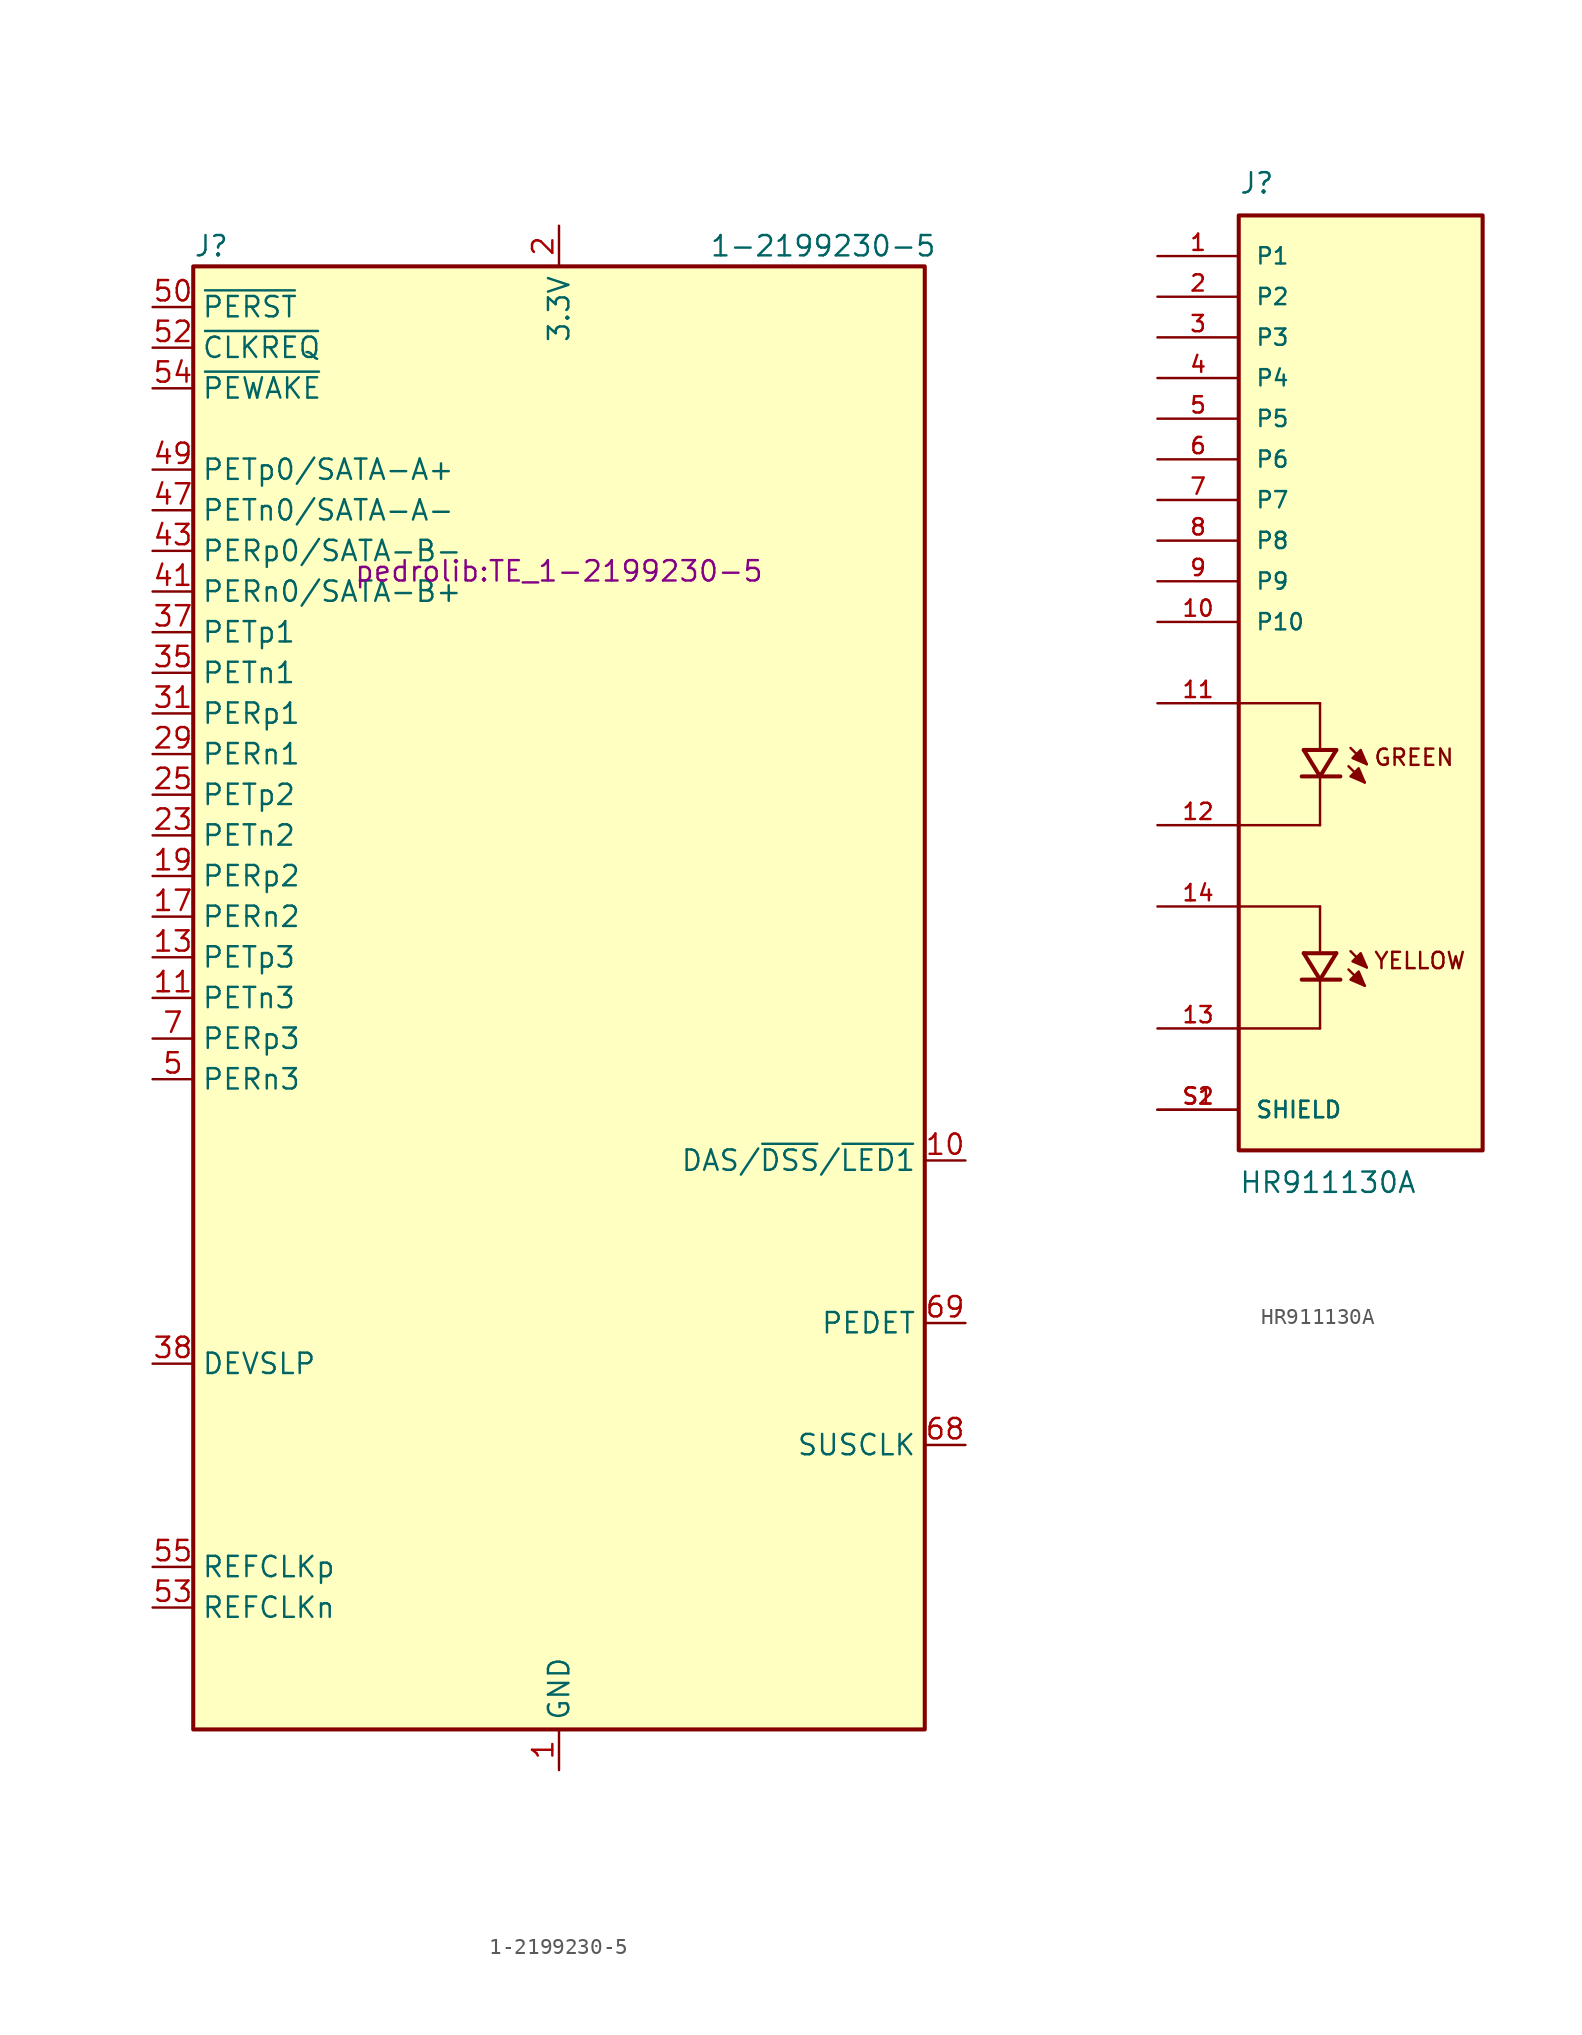
<source format=kicad_sym>
(kicad_symbol_lib
  (version 20231120)
  (generator "kicad_symbol_editor")
  (generator_version "8.0")
  (symbol "1-2199230-5"
    (property "Reference" "J"
      (at -22.86 46.99 0)
      (effects (font (size 1.27 1.27)) (justify left)))
    (property "Value" "1-2199230-5"
      (at 16.51 46.99 0)
      (effects (font (size 1.27 1.27))))
    (property "Footprint" "pedrolib:TE_1-2199230-5"
      (at 0 26.67 0)
      (effects (font (size 1.27 1.27))))
    (symbol "1-2199230-5_0_1"
      (rectangle (start -22.86 45.72) (end 22.86 -45.72) (stroke (width 0.254) (type default)) (fill (type background))))
    (symbol "1-2199230-5_1_1"
      (pin power_in line (at 0 -48.26 90) (length 2.54) (name "GND" (effects (font (size 1.27 1.27)))) (number "1" (effects (font (size 1.27 1.27)))))
      (pin bidirectional line (at 25.4 -10.16 180) (length 2.54) (name "DAS/~{DSS}/~{LED1}" (effects (font (size 1.27 1.27)))) (number "10" (effects (font (size 1.27 1.27)))))
      (pin output line (at -25.4 0 0) (length 2.54) (name "PETn3" (effects (font (size 1.27 1.27)))) (number "11" (effects (font (size 1.27 1.27)))))
      (pin passive line (at 0 48.26 270) (length 2.54) hide (name "3.3V" (effects (font (size 1.27 1.27)))) (number "12" (effects (font (size 1.27 1.27)))))
      (pin output line (at -25.4 2.54 0) (length 2.54) (name "PETp3" (effects (font (size 1.27 1.27)))) (number "13" (effects (font (size 1.27 1.27)))))
      (pin passive line (at 0 48.26 270) (length 2.54) hide (name "3.3V" (effects (font (size 1.27 1.27)))) (number "14" (effects (font (size 1.27 1.27)))))
      (pin passive line (at 0 -48.26 90) (length 2.54) hide (name "GND" (effects (font (size 1.27 1.27)))) (number "15" (effects (font (size 1.27 1.27)))))
      (pin passive line (at 0 48.26 270) (length 2.54) hide (name "3.3V" (effects (font (size 1.27 1.27)))) (number "16" (effects (font (size 1.27 1.27)))))
      (pin input line (at -25.4 5.08 0) (length 2.54) (name "PERn2" (effects (font (size 1.27 1.27)))) (number "17" (effects (font (size 1.27 1.27)))))
      (pin passive line (at 0 48.26 270) (length 2.54) hide (name "3.3V" (effects (font (size 1.27 1.27)))) (number "18" (effects (font (size 1.27 1.27)))))
      (pin input line (at -25.4 7.62 0) (length 2.54) (name "PERp2" (effects (font (size 1.27 1.27)))) (number "19" (effects (font (size 1.27 1.27)))))
      (pin power_in line (at 0 48.26 270) (length 2.54) (name "3.3V" (effects (font (size 1.27 1.27)))) (number "2" (effects (font (size 1.27 1.27)))))
      (pin no_connect line (at 22.86 2.54 180) (length 2.54) hide (name "NC" (effects (font (size 1.27 1.27)))) (number "20" (effects (font (size 1.27 1.27)))))
      (pin passive line (at 0 -48.26 90) (length 2.54) hide (name "GND" (effects (font (size 1.27 1.27)))) (number "21" (effects (font (size 1.27 1.27)))))
      (pin no_connect line (at 22.86 5.08 180) (length 2.54) hide (name "NC" (effects (font (size 1.27 1.27)))) (number "22" (effects (font (size 1.27 1.27)))))
      (pin output line (at -25.4 10.16 0) (length 2.54) (name "PETn2" (effects (font (size 1.27 1.27)))) (number "23" (effects (font (size 1.27 1.27)))))
      (pin no_connect line (at 22.86 7.62 180) (length 2.54) hide (name "NC" (effects (font (size 1.27 1.27)))) (number "24" (effects (font (size 1.27 1.27)))))
      (pin output line (at -25.4 12.7 0) (length 2.54) (name "PETp2" (effects (font (size 1.27 1.27)))) (number "25" (effects (font (size 1.27 1.27)))))
      (pin no_connect line (at 22.86 10.16 180) (length 2.54) hide (name "NC" (effects (font (size 1.27 1.27)))) (number "26" (effects (font (size 1.27 1.27)))))
      (pin passive line (at 0 -48.26 90) (length 2.54) hide (name "GND" (effects (font (size 1.27 1.27)))) (number "27" (effects (font (size 1.27 1.27)))))
      (pin no_connect line (at 22.86 12.7 180) (length 2.54) hide (name "NC" (effects (font (size 1.27 1.27)))) (number "28" (effects (font (size 1.27 1.27)))))
      (pin input line (at -25.4 15.24 0) (length 2.54) (name "PERn1" (effects (font (size 1.27 1.27)))) (number "29" (effects (font (size 1.27 1.27)))))
      (pin passive line (at 0 -48.26 90) (length 2.54) hide (name "GND" (effects (font (size 1.27 1.27)))) (number "3" (effects (font (size 1.27 1.27)))))
      (pin no_connect line (at 22.86 15.24 180) (length 2.54) hide (name "NC" (effects (font (size 1.27 1.27)))) (number "30" (effects (font (size 1.27 1.27)))))
      (pin input line (at -25.4 17.78 0) (length 2.54) (name "PERp1" (effects (font (size 1.27 1.27)))) (number "31" (effects (font (size 1.27 1.27)))))
      (pin no_connect line (at 22.86 17.78 180) (length 2.54) hide (name "NC" (effects (font (size 1.27 1.27)))) (number "32" (effects (font (size 1.27 1.27)))))
      (pin passive line (at 0 -48.26 90) (length 2.54) hide (name "GND" (effects (font (size 1.27 1.27)))) (number "33" (effects (font (size 1.27 1.27)))))
      (pin no_connect line (at 22.86 20.32 180) (length 2.54) hide (name "NC" (effects (font (size 1.27 1.27)))) (number "34" (effects (font (size 1.27 1.27)))))
      (pin output line (at -25.4 20.32 0) (length 2.54) (name "PETn1" (effects (font (size 1.27 1.27)))) (number "35" (effects (font (size 1.27 1.27)))))
      (pin no_connect line (at 22.86 22.86 180) (length 2.54) hide (name "NC" (effects (font (size 1.27 1.27)))) (number "36" (effects (font (size 1.27 1.27)))))
      (pin output line (at -25.4 22.86 0) (length 2.54) (name "PETp1" (effects (font (size 1.27 1.27)))) (number "37" (effects (font (size 1.27 1.27)))))
      (pin output line (at -25.4 -22.86 0) (length 2.54) (name "DEVSLP" (effects (font (size 1.27 1.27)))) (number "38" (effects (font (size 1.27 1.27)))))
      (pin passive line (at 0 -48.26 90) (length 2.54) hide (name "GND" (effects (font (size 1.27 1.27)))) (number "39" (effects (font (size 1.27 1.27)))))
      (pin passive line (at 0 48.26 270) (length 2.54) hide (name "3.3V" (effects (font (size 1.27 1.27)))) (number "4" (effects (font (size 1.27 1.27)))))
      (pin no_connect line (at 22.86 25.4 180) (length 2.54) hide (name "NC" (effects (font (size 1.27 1.27)))) (number "40" (effects (font (size 1.27 1.27)))))
      (pin input line (at -25.4 25.4 0) (length 2.54) (name "PERn0/SATA-B+" (effects (font (size 1.27 1.27)))) (number "41" (effects (font (size 1.27 1.27)))))
      (pin no_connect line (at 22.86 27.94 180) (length 2.54) hide (name "NC" (effects (font (size 1.27 1.27)))) (number "42" (effects (font (size 1.27 1.27)))))
      (pin input line (at -25.4 27.94 0) (length 2.54) (name "PERp0/SATA-B-" (effects (font (size 1.27 1.27)))) (number "43" (effects (font (size 1.27 1.27)))))
      (pin no_connect line (at 22.86 30.48 180) (length 2.54) hide (name "NC" (effects (font (size 1.27 1.27)))) (number "44" (effects (font (size 1.27 1.27)))))
      (pin passive line (at 0 -48.26 90) (length 2.54) hide (name "GND" (effects (font (size 1.27 1.27)))) (number "45" (effects (font (size 1.27 1.27)))))
      (pin no_connect line (at 22.86 33.02 180) (length 2.54) hide (name "NC" (effects (font (size 1.27 1.27)))) (number "46" (effects (font (size 1.27 1.27)))))
      (pin output line (at -25.4 30.48 0) (length 2.54) (name "PETn0/SATA-A-" (effects (font (size 1.27 1.27)))) (number "47" (effects (font (size 1.27 1.27)))))
      (pin no_connect line (at 22.86 35.56 180) (length 2.54) hide (name "NC" (effects (font (size 1.27 1.27)))) (number "48" (effects (font (size 1.27 1.27)))))
      (pin output line (at -25.4 33.02 0) (length 2.54) (name "PETp0/SATA-A+" (effects (font (size 1.27 1.27)))) (number "49" (effects (font (size 1.27 1.27)))))
      (pin input line (at -25.4 -5.08 0) (length 2.54) (name "PERn3" (effects (font (size 1.27 1.27)))) (number "5" (effects (font (size 1.27 1.27)))))
      (pin output line (at -25.4 43.18 0) (length 2.54) (name "~{PERST}" (effects (font (size 1.27 1.27)))) (number "50" (effects (font (size 1.27 1.27)))))
      (pin passive line (at 0 -48.26 90) (length 2.54) hide (name "GND" (effects (font (size 1.27 1.27)))) (number "51" (effects (font (size 1.27 1.27)))))
      (pin bidirectional line (at -25.4 40.64 0) (length 2.54) (name "~{CLKREQ}" (effects (font (size 1.27 1.27)))) (number "52" (effects (font (size 1.27 1.27)))))
      (pin output line (at -25.4 -38.1 0) (length 2.54) (name "REFCLKn" (effects (font (size 1.27 1.27)))) (number "53" (effects (font (size 1.27 1.27)))))
      (pin bidirectional line (at -25.4 38.1 0) (length 2.54) (name "~{PEWAKE}" (effects (font (size 1.27 1.27)))) (number "54" (effects (font (size 1.27 1.27)))))
      (pin output line (at -25.4 -35.56 0) (length 2.54) (name "REFCLKp" (effects (font (size 1.27 1.27)))) (number "55" (effects (font (size 1.27 1.27)))))
      (pin no_connect line (at 22.86 38.1 180) (length 2.54) hide (name "NC" (effects (font (size 1.27 1.27)))) (number "56" (effects (font (size 1.27 1.27)))))
      (pin passive line (at 0 -48.26 90) (length 2.54) hide (name "GND" (effects (font (size 1.27 1.27)))) (number "57" (effects (font (size 1.27 1.27)))))
      (pin no_connect line (at 22.86 40.64 180) (length 2.54) hide (name "NC" (effects (font (size 1.27 1.27)))) (number "58" (effects (font (size 1.27 1.27)))))
      (pin no_connect line (at 22.86 -2.54 180) (length 2.54) hide (name "NC" (effects (font (size 1.27 1.27)))) (number "6" (effects (font (size 1.27 1.27)))))
      (pin no_connect line (at 22.86 -5.08 180) (length 2.54) hide (name "NC" (effects (font (size 1.27 1.27)))) (number "67" (effects (font (size 1.27 1.27)))))
      (pin output line (at 25.4 -27.94 180) (length 2.54) (name "SUSCLK" (effects (font (size 1.27 1.27)))) (number "68" (effects (font (size 1.27 1.27)))))
      (pin passive line (at 25.4 -20.32 180) (length 2.54) (name "PEDET" (effects (font (size 1.27 1.27)))) (number "69" (effects (font (size 1.27 1.27)))))
      (pin input line (at -25.4 -2.54 0) (length 2.54) (name "PERp3" (effects (font (size 1.27 1.27)))) (number "7" (effects (font (size 1.27 1.27)))))
      (pin passive line (at 0 48.26 270) (length 2.54) hide (name "3.3V" (effects (font (size 1.27 1.27)))) (number "70" (effects (font (size 1.27 1.27)))))
      (pin passive line (at 0 -48.26 90) (length 2.54) hide (name "GND" (effects (font (size 1.27 1.27)))) (number "71" (effects (font (size 1.27 1.27)))))
      (pin passive line (at 0 48.26 270) (length 2.54) hide (name "3.3V" (effects (font (size 1.27 1.27)))) (number "72" (effects (font (size 1.27 1.27)))))
      (pin passive line (at 0 -48.26 90) (length 2.54) hide (name "GND" (effects (font (size 1.27 1.27)))) (number "73" (effects (font (size 1.27 1.27)))))
      (pin passive line (at 0 48.26 270) (length 2.54) hide (name "3.3V" (effects (font (size 1.27 1.27)))) (number "74" (effects (font (size 1.27 1.27)))))
      (pin passive line (at 0 -48.26 90) (length 2.54) hide (name "GND" (effects (font (size 1.27 1.27)))) (number "75" (effects (font (size 1.27 1.27)))))
      (pin no_connect line (at 22.86 0 180) (length 2.54) hide (name "NC" (effects (font (size 1.27 1.27)))) (number "8" (effects (font (size 1.27 1.27)))))
      (pin passive line (at 0 -48.26 90) (length 2.54) hide (name "GND" (effects (font (size 1.27 1.27)))) (number "9" (effects (font (size 1.27 1.27)))))))
  (symbol "HR911130A"
    (pin_names
      (offset 1.016))
    (property "Reference" "J"
      (at -7.62 29.21 0)
      (effects (font (size 1.27 1.27)) (justify left bottom)))
    (property "Value" "HR911130A"
      (at -7.62 -31.75 0)
      (effects (font (size 1.27 1.27)) (justify left top)))
    (symbol "HR911130A_0_0"
      (rectangle (start -7.62 -30.48) (end 7.62 27.94) (stroke (width 0.254) (type default)) (fill (type background)))
      (polyline (pts (xy -7.62 -15.24) (xy -2.54 -15.24)) (stroke (width 0.152) (type default)) (fill (type none)))
      (polyline (pts (xy -7.62 -2.54) (xy -2.54 -2.54)) (stroke (width 0.152) (type default)) (fill (type none)))
      (polyline (pts (xy -3.683 -19.812) (xy -2.54 -19.812)) (stroke (width 0.254) (type default)) (fill (type none)))
      (polyline (pts (xy -3.683 -7.112) (xy -2.54 -7.112)) (stroke (width 0.254) (type default)) (fill (type none)))
      (polyline (pts (xy -3.556 -18.161) (xy -2.54 -19.812)) (stroke (width 0.254) (type default)) (fill (type none)))
      (polyline (pts (xy -3.556 -18.161) (xy -1.524 -18.161)) (stroke (width 0.254) (type default)) (fill (type none)))
      (polyline (pts (xy -3.556 -5.461) (xy -2.54 -7.112)) (stroke (width 0.254) (type default)) (fill (type none)))
      (polyline (pts (xy -3.556 -5.461) (xy -1.524 -5.461)) (stroke (width 0.254) (type default)) (fill (type none)))
      (polyline (pts (xy -2.54 -22.86) (xy -7.62 -22.86)) (stroke (width 0.152) (type default)) (fill (type none)))
      (polyline (pts (xy -2.54 -19.939) (xy -2.54 -22.86)) (stroke (width 0.152) (type default)) (fill (type none)))
      (polyline (pts (xy -2.54 -19.812) (xy -1.524 -18.161)) (stroke (width 0.254) (type default)) (fill (type none)))
      (polyline (pts (xy -2.54 -19.812) (xy -1.27 -19.812)) (stroke (width 0.254) (type default)) (fill (type none)))
      (polyline (pts (xy -2.54 -15.24) (xy -2.54 -18.034)) (stroke (width 0.152) (type default)) (fill (type none)))
      (polyline (pts (xy -2.54 -10.16) (xy -7.62 -10.16)) (stroke (width 0.152) (type default)) (fill (type none)))
      (polyline (pts (xy -2.54 -7.239) (xy -2.54 -10.16)) (stroke (width 0.152) (type default)) (fill (type none)))
      (polyline (pts (xy -2.54 -7.112) (xy -1.524 -5.461)) (stroke (width 0.254) (type default)) (fill (type none)))
      (polyline (pts (xy -2.54 -7.112) (xy -1.27 -7.112)) (stroke (width 0.254) (type default)) (fill (type none)))
      (polyline (pts (xy -2.54 -2.54) (xy -2.54 -5.334)) (stroke (width 0.152) (type default)) (fill (type none)))
      (polyline (pts (xy -0.762 -19.177) (xy 0.254 -20.193)) (stroke (width 0.152) (type default)) (fill (type none)))
      (polyline (pts (xy -0.762 -6.477) (xy 0.254 -7.493)) (stroke (width 0.152) (type default)) (fill (type none)))
      (polyline (pts (xy -0.635 -18.034) (xy 0.381 -19.05)) (stroke (width 0.152) (type default)) (fill (type none)))
      (polyline (pts (xy -0.635 -5.334) (xy 0.381 -6.35)) (stroke (width 0.152) (type default)) (fill (type none)))
      (polyline (pts (xy 0.254 -20.193) (xy -0.127 -19.304) (xy -0.635 -19.812) (xy 0.254 -20.193)) (stroke (width 0.152) (type default)) (fill (type outline)))
      (polyline (pts (xy 0.254 -7.493) (xy -0.127 -6.604) (xy -0.635 -7.112) (xy 0.254 -7.493)) (stroke (width 0.152) (type default)) (fill (type outline)))
      (polyline (pts (xy 0.381 -19.05) (xy 0 -18.161) (xy -0.508 -18.669) (xy 0.381 -19.05)) (stroke (width 0.152) (type default)) (fill (type outline)))
      (polyline (pts (xy 0.381 -6.35) (xy 0 -5.461) (xy -0.508 -5.969) (xy 0.381 -6.35)) (stroke (width 0.152) (type default)) (fill (type outline)))
      (text "GREEN" (at 0.762 -5.334 0) (effects (font (size 1.016 1.016)) (justify left top)))
      (text "YELLOW" (at 0.762 -18.034 0) (effects (font (size 1.016 1.016)) (justify left top)))
      (pin passive line (at -12.7 25.4 0) (length 5.08) (name "P1" (effects (font (size 1.016 1.016)))) (number "1" (effects (font (size 1.016 1.016)))))
      (pin passive line (at -12.7 2.54 0) (length 5.08) (name "P10" (effects (font (size 1.016 1.016)))) (number "10" (effects (font (size 1.016 1.016)))))
      (pin passive line (at -12.7 -2.54 0) (length 5.08) (name "~" (effects (font (size 1.016 1.016)))) (number "11" (effects (font (size 1.016 1.016)))))
      (pin passive line (at -12.7 -10.16 0) (length 5.08) (name "~" (effects (font (size 1.016 1.016)))) (number "12" (effects (font (size 1.016 1.016)))))
      (pin passive line (at -12.7 -22.86 0) (length 5.08) (name "~" (effects (font (size 1.016 1.016)))) (number "13" (effects (font (size 1.016 1.016)))))
      (pin passive line (at -12.7 -15.24 0) (length 5.08) (name "~" (effects (font (size 1.016 1.016)))) (number "14" (effects (font (size 1.016 1.016)))))
      (pin passive line (at -12.7 22.86 0) (length 5.08) (name "P2" (effects (font (size 1.016 1.016)))) (number "2" (effects (font (size 1.016 1.016)))))
      (pin passive line (at -12.7 20.32 0) (length 5.08) (name "P3" (effects (font (size 1.016 1.016)))) (number "3" (effects (font (size 1.016 1.016)))))
      (pin passive line (at -12.7 17.78 0) (length 5.08) (name "P4" (effects (font (size 1.016 1.016)))) (number "4" (effects (font (size 1.016 1.016)))))
      (pin passive line (at -12.7 15.24 0) (length 5.08) (name "P5" (effects (font (size 1.016 1.016)))) (number "5" (effects (font (size 1.016 1.016)))))
      (pin passive line (at -12.7 12.7 0) (length 5.08) (name "P6" (effects (font (size 1.016 1.016)))) (number "6" (effects (font (size 1.016 1.016)))))
      (pin passive line (at -12.7 10.16 0) (length 5.08) (name "P7" (effects (font (size 1.016 1.016)))) (number "7" (effects (font (size 1.016 1.016)))))
      (pin passive line (at -12.7 7.62 0) (length 5.08) (name "P8" (effects (font (size 1.016 1.016)))) (number "8" (effects (font (size 1.016 1.016)))))
      (pin passive line (at -12.7 5.08 0) (length 5.08) (name "P9" (effects (font (size 1.016 1.016)))) (number "9" (effects (font (size 1.016 1.016)))))
      (pin passive line (at -12.7 -27.94 0) (length 5.08) (name "SHIELD" (effects (font (size 1.016 1.016)))) (number "S1" (effects (font (size 1.016 1.016)))))
      (pin passive line (at -12.7 -27.94 0) (length 5.08) (name "SHIELD" (effects (font (size 1.016 1.016)))) (number "S2" (effects (font (size 1.016 1.016))))))))
</source>
